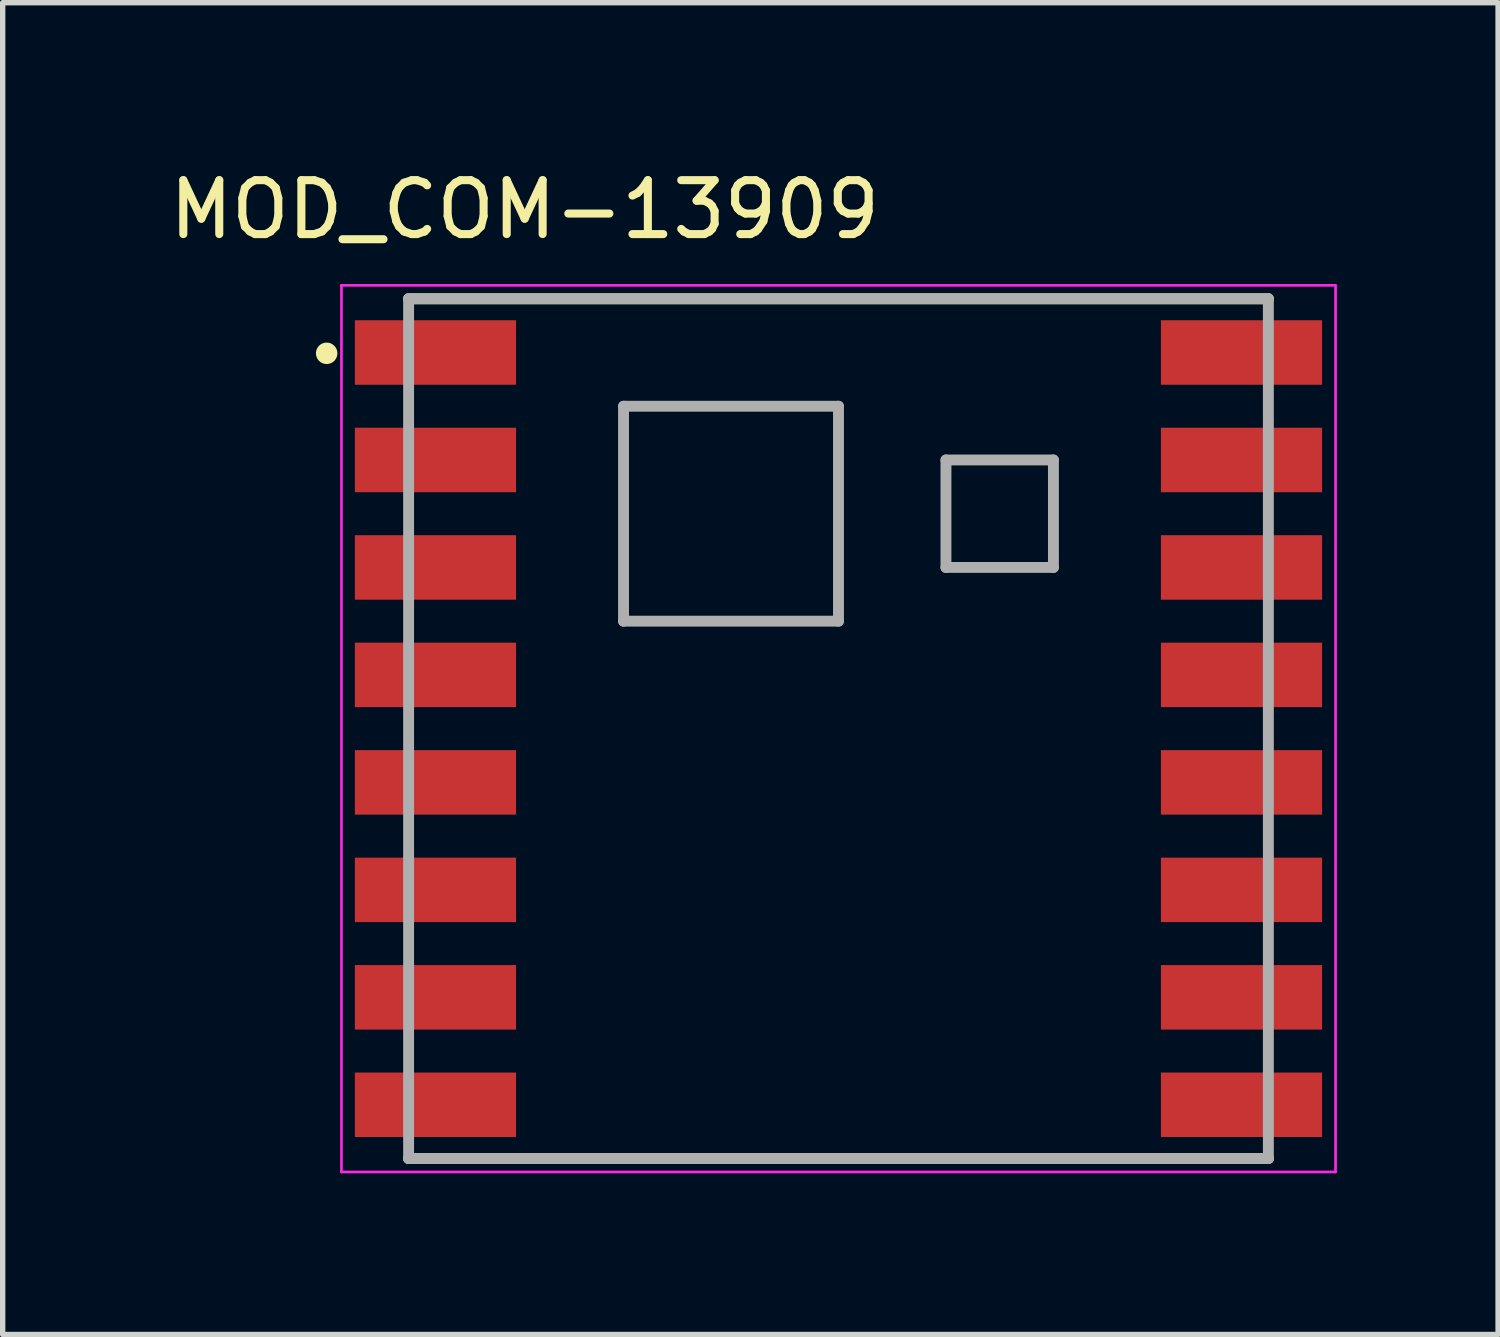
<source format=kicad_pcb>
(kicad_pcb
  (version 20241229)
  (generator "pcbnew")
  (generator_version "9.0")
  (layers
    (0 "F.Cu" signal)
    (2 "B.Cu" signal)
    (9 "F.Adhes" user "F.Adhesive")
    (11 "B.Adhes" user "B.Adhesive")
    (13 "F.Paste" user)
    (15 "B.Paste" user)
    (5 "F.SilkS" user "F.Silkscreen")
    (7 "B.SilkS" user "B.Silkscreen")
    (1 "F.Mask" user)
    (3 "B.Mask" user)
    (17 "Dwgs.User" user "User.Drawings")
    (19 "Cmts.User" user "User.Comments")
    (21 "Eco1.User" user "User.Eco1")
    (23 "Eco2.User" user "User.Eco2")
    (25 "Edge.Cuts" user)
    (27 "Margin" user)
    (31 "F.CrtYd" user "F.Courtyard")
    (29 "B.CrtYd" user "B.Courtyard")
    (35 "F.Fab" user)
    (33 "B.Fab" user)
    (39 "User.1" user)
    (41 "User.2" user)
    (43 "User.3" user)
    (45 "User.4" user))
  (footprint "MOD_COM-13909"
    (layer "F.Cu")
    (at 12.554 10.51)
    (property "Reference" "MOD_COM-13909" (at -5.84 -9.66 0) (layer "F.SilkS") (effects (font (size 1.003 1.003) (thickness 0.15))))
    (attr through_hole)
    (fp_line (start -8 -8) (end 8 -8) (stroke (width 0.203) (type solid)) (layer "F.SilkS"))
    (fp_line (start 8 8) (end -8 8) (stroke (width 0.203) (type solid)) (layer "F.SilkS"))
    (fp_circle (center -9.525 -6.985) (end -9.425 -6.985) (stroke (width 0.2) (type solid)) (fill no) (layer "F.SilkS"))
    (fp_line (start -9.25 -8.25) (end -9.25 8.25) (stroke (width 0.05) (type solid)) (layer "F.CrtYd"))
    (fp_line (start -9.25 8.25) (end 9.25 8.25) (stroke (width 0.05) (type solid)) (layer "F.CrtYd"))
    (fp_line (start 9.25 -8.25) (end -9.25 -8.25) (stroke (width 0.05) (type solid)) (layer "F.CrtYd"))
    (fp_line (start 9.25 8.25) (end 9.25 -8.25) (stroke (width 0.05) (type solid)) (layer "F.CrtYd"))
    (fp_line (start -8 -8) (end 8 -8) (stroke (width 0.203) (type solid)) (layer "F.Fab"))
    (fp_line (start -8 8) (end -8 -8) (stroke (width 0.203) (type solid)) (layer "F.Fab"))
    (fp_line (start -4 -6) (end -4 -2) (stroke (width 0.203) (type solid)) (layer "F.Fab"))
    (fp_line (start -4 -2) (end 0 -2) (stroke (width 0.203) (type solid)) (layer "F.Fab"))
    (fp_line (start 0 -6) (end -4 -6) (stroke (width 0.203) (type solid)) (layer "F.Fab"))
    (fp_line (start 0 -2) (end 0 -6) (stroke (width 0.203) (type solid)) (layer "F.Fab"))
    (fp_line (start 2 -3) (end 2 -5) (stroke (width 0.203) (type solid)) (layer "F.Fab"))
    (fp_line (start 4 -5) (end 2 -5) (stroke (width 0.203) (type solid)) (layer "F.Fab"))
    (fp_line (start 4 -3) (end 2 -3) (stroke (width 0.203) (type solid)) (layer "F.Fab"))
    (fp_line (start 4 -3) (end 4 -5) (stroke (width 0.203) (type solid)) (layer "F.Fab"))
    (fp_line (start 8 -8) (end 8 8) (stroke (width 0.203) (type solid)) (layer "F.Fab"))
    (fp_line (start 8 8) (end -8 8) (stroke (width 0.203) (type solid)) (layer "F.Fab"))
    (pad "1" smd rect (at -7.5 -7) (size 3 1.2) (layers "F.Cu" "F.Mask" "F.Paste"))
    (pad "2" smd rect (at -7.5 -5) (size 3 1.2) (layers "F.Cu" "F.Mask" "F.Paste"))
    (pad "3" smd rect (at -7.5 -3) (size 3 1.2) (layers "F.Cu" "F.Mask" "F.Paste"))
    (pad "4" smd rect (at -7.5 -1) (size 3 1.2) (layers "F.Cu" "F.Mask" "F.Paste"))
    (pad "5" smd rect (at -7.5 1) (size 3 1.2) (layers "F.Cu" "F.Mask" "F.Paste"))
    (pad "6" smd rect (at -7.5 3) (size 3 1.2) (layers "F.Cu" "F.Mask" "F.Paste"))
    (pad "7" smd rect (at -7.5 5) (size 3 1.2) (layers "F.Cu" "F.Mask" "F.Paste"))
    (pad "8" smd rect (at -7.5 7) (size 3 1.2) (layers "F.Cu" "F.Mask" "F.Paste"))
    (pad "9" smd rect (at 7.5 7) (size 3 1.2) (layers "F.Cu" "F.Mask" "F.Paste"))
    (pad "10" smd rect (at 7.5 5) (size 3 1.2) (layers "F.Cu" "F.Mask" "F.Paste"))
    (pad "11" smd rect (at 7.5 3) (size 3 1.2) (layers "F.Cu" "F.Mask" "F.Paste"))
    (pad "12" smd rect (at 7.5 1) (size 3 1.2) (layers "F.Cu" "F.Mask" "F.Paste"))
    (pad "13" smd rect (at 7.5 -1) (size 3 1.2) (layers "F.Cu" "F.Mask" "F.Paste"))
    (pad "14" smd rect (at 7.5 -3) (size 3 1.2) (layers "F.Cu" "F.Mask" "F.Paste"))
    (pad "15" smd rect (at 7.5 -5) (size 3 1.2) (layers "F.Cu" "F.Mask" "F.Paste"))
    (pad "16" smd rect (at 7.5 -7) (size 3 1.2) (layers "F.Cu" "F.Mask" "F.Paste")))
  (gr_rect
    (start -3 -3)
    (end 24.829 21.785)
    (stroke (width 0.1) (type default))
    (fill no)
    (layer "Edge.Cuts")))
</source>
